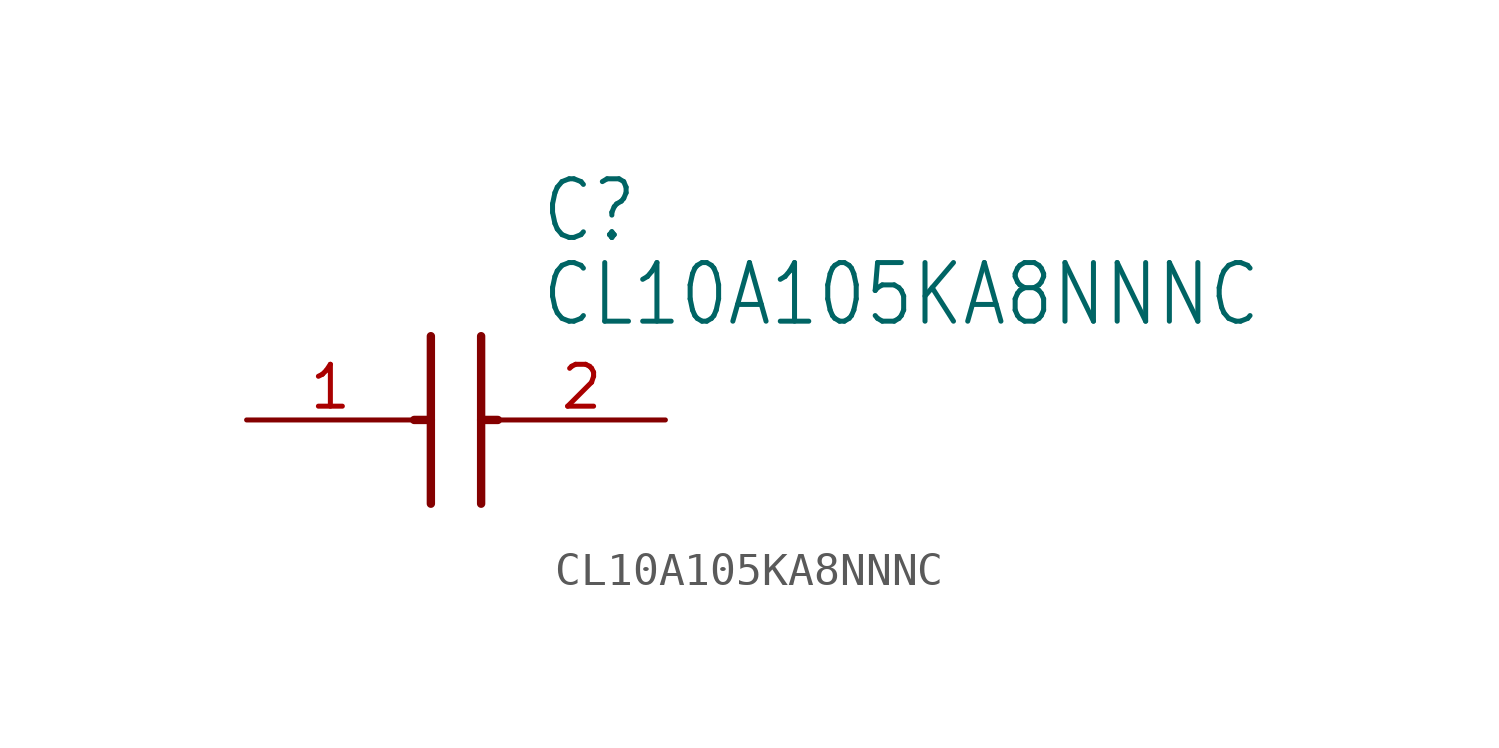
<source format=kicad_sym>
(kicad_symbol_lib
  (version 20211014)
  (generator kicad_symbol_editor)
  (symbol "CL10A105KA8NNNC"
    (property "Reference" "C"
      (at 8.89 6.35 0)
      (effects (font (size 1.778 1.511)) (justify left)))
    (property "Value" "CL10A105KA8NNNC"
      (at 8.89 3.81 0)
      (effects (font (size 1.778 1.511)) (justify left)))
    (property "ki_locked" ""
      (at 0 0 0)
      (effects (font (size 1.27 1.27))))
    (symbol "CL10A105KA8NNNC_1_0"
      (polyline (pts (xy 5.08 0) (xy 5.588 0)) (stroke (width 0.254) (type default) (color 0 0 0 0)) (fill (type none)))
      (polyline (pts (xy 5.588 2.54) (xy 5.588 -2.54)) (stroke (width 0.254) (type default) (color 0 0 0 0)) (fill (type none)))
      (polyline (pts (xy 7.112 0) (xy 7.62 0)) (stroke (width 0.254) (type default) (color 0 0 0 0)) (fill (type none)))
      (polyline (pts (xy 7.112 2.54) (xy 7.112 -2.54)) (stroke (width 0.254) (type default) (color 0 0 0 0)) (fill (type none)))
      (pin bidirectional line (at 0 0 0) (length 5.08) (name "1" (effects (font (size 0 0)))) (number "1" (effects (font (size 1.27 1.27)))))
      (pin bidirectional line (at 12.7 0 180) (length 5.08) (name "2" (effects (font (size 0 0)))) (number "2" (effects (font (size 1.27 1.27))))))))
</source>
